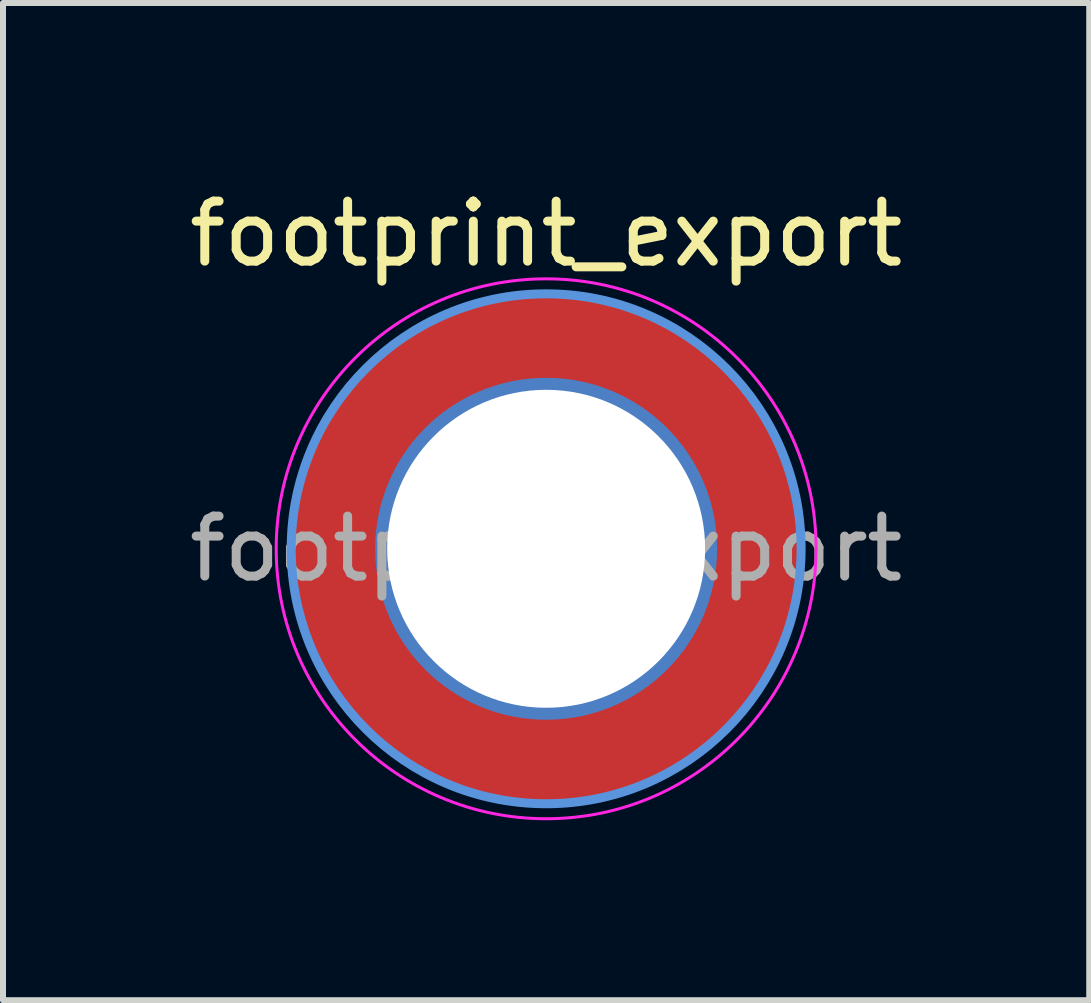
<source format=kicad_pcb>
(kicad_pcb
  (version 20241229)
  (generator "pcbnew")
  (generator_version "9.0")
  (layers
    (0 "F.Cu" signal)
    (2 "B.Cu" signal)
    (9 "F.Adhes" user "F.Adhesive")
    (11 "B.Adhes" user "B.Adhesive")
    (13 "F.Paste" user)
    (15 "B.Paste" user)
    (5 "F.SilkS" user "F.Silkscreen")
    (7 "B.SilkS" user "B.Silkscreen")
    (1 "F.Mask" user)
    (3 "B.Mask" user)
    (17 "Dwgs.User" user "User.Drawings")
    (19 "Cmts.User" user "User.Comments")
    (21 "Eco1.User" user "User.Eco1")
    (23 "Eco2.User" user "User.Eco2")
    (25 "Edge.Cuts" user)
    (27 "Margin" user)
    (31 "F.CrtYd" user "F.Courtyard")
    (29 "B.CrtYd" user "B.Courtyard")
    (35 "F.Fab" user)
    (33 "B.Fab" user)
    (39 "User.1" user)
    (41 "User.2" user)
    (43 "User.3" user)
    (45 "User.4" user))
  (footprint "footprint_export"
    (layer "F.Cu")
    (at 6.054 6.098)
    (property "Reference" "footprint_export" (at 0 -5.25 0) (layer "F.SilkS") (effects (font (size 1 1) (thickness 0.15))))
    (attr exclude_from_pos_files exclude_from_bom)
    (fp_circle (center 0 0) (end 4.25 0) (stroke (width 0.15) (type solid)) (fill no) (layer "Cmts.User"))
    (fp_circle (center 0 0) (end 4.5 0) (stroke (width 0.05) (type solid)) (fill no) (layer "F.CrtYd"))
    (fp_text user "${REFERENCE}" (at 0 0 0) (layer "F.Fab") (effects (font (size 1 1) (thickness 0.15))))
    (pad "1" thru_hole circle (at 0 0) (size 5.7 5.7) (drill 5.3) (layers "*.Cu" "*.Mask"))
    (pad "1" connect circle (at 0 0) (size 8.5 8.5) (layers "F.Cu" "F.Mask")))
  (gr_rect
    (start -3 -3)
    (end 15.107 13.623)
    (stroke (width 0.1) (type default))
    (fill no)
    (layer "Edge.Cuts")))
</source>
